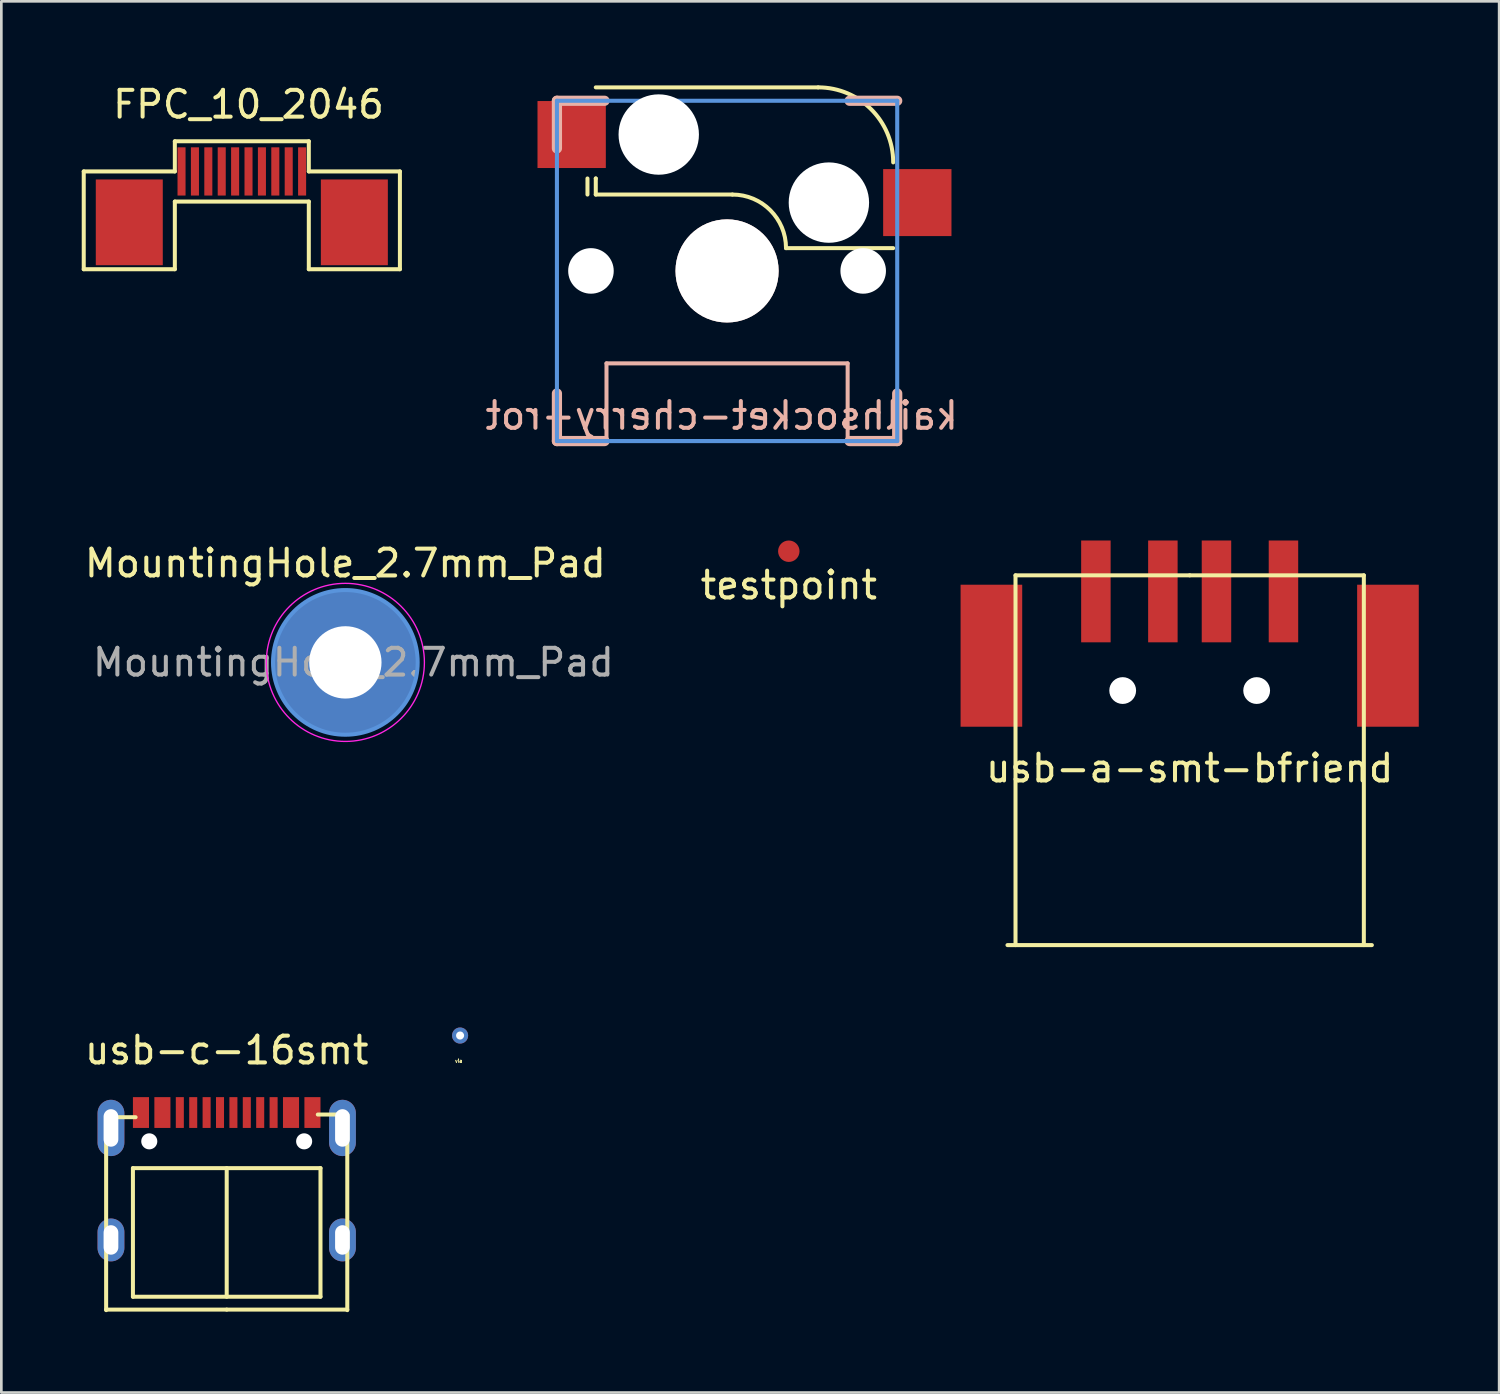
<source format=kicad_pcb>
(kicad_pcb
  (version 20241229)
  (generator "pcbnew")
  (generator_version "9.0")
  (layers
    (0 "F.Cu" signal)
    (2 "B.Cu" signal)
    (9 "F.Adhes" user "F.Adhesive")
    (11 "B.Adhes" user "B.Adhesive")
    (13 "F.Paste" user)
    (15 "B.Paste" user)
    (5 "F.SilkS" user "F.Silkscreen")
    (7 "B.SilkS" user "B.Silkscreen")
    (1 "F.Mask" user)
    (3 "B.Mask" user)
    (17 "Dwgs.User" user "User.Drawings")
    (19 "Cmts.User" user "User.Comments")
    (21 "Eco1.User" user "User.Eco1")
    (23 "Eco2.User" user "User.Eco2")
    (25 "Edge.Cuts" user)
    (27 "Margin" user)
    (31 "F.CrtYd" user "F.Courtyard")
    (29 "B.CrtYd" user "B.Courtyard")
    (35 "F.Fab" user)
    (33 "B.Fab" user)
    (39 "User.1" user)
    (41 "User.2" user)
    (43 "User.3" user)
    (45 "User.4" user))
  (footprint "MountingHole_2.7mm_Pad"
    (layer "F.Cu")
    (at 9.839 21.671)
    (property "Reference" "MountingHole_2.7mm_Pad" (at 0 -3.7 0) (layer "F.SilkS") (effects (font (size 1 1) (thickness 0.15))))
    (attr exclude_from_pos_files exclude_from_bom)
    (fp_circle (center 0 0) (end 2.7 0) (stroke (width 0.15) (type solid)) (fill no) (layer "Cmts.User"))
    (fp_circle (center 0 0) (end 2.95 0) (stroke (width 0.05) (type solid)) (fill no) (layer "F.CrtYd"))
    (fp_text user "${REFERENCE}" (at 0.3 0 0) (layer "F.Fab") (effects (font (size 1 1) (thickness 0.15))))
    (pad "1" thru_hole circle (at 0 0) (size 5.4 5.4) (drill 2.7) (layers "*.Cu" "*.Mask")))
  (footprint "usb-a-smt-bfriend"
    (layer "F.Cu")
    (at 41.35 22.722)
    (property "Reference" "usb-a-smt-bfriend" (at 0 2.9 0) (layer "F.SilkS") (effects (font (size 1 1) (thickness 0.15))))
    (attr through_hole)
    (fp_line (start -6.5 -4.3) (end 0 -4.3) (stroke (width 0.15) (type solid)) (layer "F.SilkS"))
    (fp_line (start -6.5 9.5) (end -6.5 -4.3) (stroke (width 0.15) (type solid)) (layer "F.SilkS"))
    (fp_line (start 0 -4.3) (end 6.5 -4.3) (stroke (width 0.15) (type solid)) (layer "F.SilkS"))
    (fp_line (start 6.5 -4.3) (end 6.5 9.5) (stroke (width 0.15) (type solid)) (layer "F.SilkS"))
    (fp_line (start 6.8 9.5) (end -6.8 9.5) (stroke (width 0.15) (type solid)) (layer "F.SilkS"))
    (pad "" np_thru_hole circle (at -2.5 0) (size 1 1) (drill 1) (layers "*.Cu" "*.Mask"))
    (pad "" np_thru_hole circle (at 2.5 0) (size 1 1) (drill 1) (layers "*.Cu" "*.Mask"))
    (pad "1" smd rect (at -3.5 -3.7) (size 1.1 3.8) (layers "F.Cu" "F.Mask" "F.Paste"))
    (pad "2" smd rect (at -1 -3.7) (size 1.1 3.8) (layers "F.Cu" "F.Mask" "F.Paste"))
    (pad "3" smd rect (at 1 -3.7) (size 1.1 3.8) (layers "F.Cu" "F.Mask" "F.Paste"))
    (pad "4" smd rect (at 3.5 -3.7) (size 1.1 3.8) (layers "F.Cu" "F.Mask" "F.Paste"))
    (pad "5" smd rect (at -7.4 -1.3) (size 2.3 5.3) (layers "F.Cu" "F.Mask" "F.Paste"))
    (pad "6" smd rect (at 7.4 -1.3) (size 2.3 5.3) (layers "F.Cu" "F.Mask" "F.Paste")))
  (footprint "FPC_10_2046"
    (layer "F.Cu")
    (at 5.975 3.348)
    (property "Reference" "FPC_10_2046" (at 0.25 -2.5 0) (layer "F.SilkS") (effects (font (size 1 1) (thickness 0.15))))
    (attr smd)
    (fp_line (start -5.9 0) (end -2.5 0) (stroke (width 0.15) (type solid)) (layer "F.SilkS"))
    (fp_line (start -5.9 3.65) (end -5.9 0) (stroke (width 0.15) (type solid)) (layer "F.SilkS"))
    (fp_line (start -2.5 -1.125) (end 2.5 -1.125) (stroke (width 0.15) (type solid)) (layer "F.SilkS"))
    (fp_line (start -2.5 0) (end -2.5 -1.125) (stroke (width 0.15) (type solid)) (layer "F.SilkS"))
    (fp_line (start -2.5 1.125) (end -2.5 3.65) (stroke (width 0.15) (type solid)) (layer "F.SilkS"))
    (fp_line (start -2.5 1.125) (end 2.5 1.125) (stroke (width 0.15) (type solid)) (layer "F.SilkS"))
    (fp_line (start -2.5 3.65) (end -5.9 3.65) (stroke (width 0.15) (type solid)) (layer "F.SilkS"))
    (fp_line (start 2.5 0) (end 2.5 -1.125) (stroke (width 0.15) (type solid)) (layer "F.SilkS"))
    (fp_line (start 2.5 1.125) (end 2.5 3.65) (stroke (width 0.15) (type solid)) (layer "F.SilkS"))
    (fp_line (start 2.5 3.65) (end 5.9 3.65) (stroke (width 0.15) (type solid)) (layer "F.SilkS"))
    (fp_line (start 5.9 0) (end 2.5 0) (stroke (width 0.15) (type solid)) (layer "F.SilkS"))
    (fp_line (start 5.9 3.65) (end 5.9 0) (stroke (width 0.15) (type solid)) (layer "F.SilkS"))
    (pad "0" smd rect (at -4.2 1.9) (size 2.5 3.2) (layers "F.Cu" "F.Mask" "F.Paste"))
    (pad "0" smd rect (at 4.2 1.9) (size 2.5 3.2) (layers "F.Cu" "F.Mask" "F.Paste"))
    (pad "1" smd rect (at -2.25 0) (size 0.3 1.8) (layers "F.Cu" "F.Mask" "F.Paste"))
    (pad "2" smd rect (at -1.75 0) (size 0.3 1.8) (layers "F.Cu" "F.Mask" "F.Paste"))
    (pad "3" smd rect (at -1.25 0) (size 0.3 1.8) (layers "F.Cu" "F.Mask" "F.Paste"))
    (pad "4" smd rect (at -0.75 0) (size 0.3 1.8) (layers "F.Cu" "F.Mask" "F.Paste"))
    (pad "5" smd rect (at -0.25 0) (size 0.3 1.8) (layers "F.Cu" "F.Mask" "F.Paste"))
    (pad "6" smd rect (at 0.25 0) (size 0.3 1.8) (layers "F.Cu" "F.Mask" "F.Paste"))
    (pad "7" smd rect (at 0.75 0) (size 0.3 1.8) (layers "F.Cu" "F.Mask" "F.Paste"))
    (pad "8" smd rect (at 1.25 0) (size 0.3 1.8) (layers "F.Cu" "F.Mask" "F.Paste"))
    (pad "9" smd rect (at 1.75 0) (size 0.3 1.8) (layers "F.Cu" "F.Mask" "F.Paste"))
    (pad "10" smd rect (at 2.25 0) (size 0.3 1.8) (layers "F.Cu" "F.Mask" "F.Paste")))
  (footprint "kailhsocket-cherry-rot"
    (layer "F.Cu")
    (at 24.085 7.061)
    (property "Reference" "kailhsocket-cherry-rot" (at -0.2 5.4 180) (layer "B.SilkS") (effects (font (size 1 1) (thickness 0.15)) (justify mirror)))
    (attr smd)
    (fp_line (start -5.21 -2.85) (end -5.21 -3.45) (stroke (width 0.15) (type solid)) (layer "F.SilkS"))
    (fp_line (start -4.9 -6.85) (end 3.4 -6.85) (stroke (width 0.15) (type solid)) (layer "F.SilkS"))
    (fp_line (start -4.9 -3.45) (end -4.9 -3.45) (stroke (width 0.15) (type solid)) (layer "F.SilkS"))
    (fp_line (start -4.9 -2.85) (end -4.9 -3.45) (stroke (width 0.15) (type solid)) (layer "F.SilkS"))
    (fp_line (start -4.9 -2.85) (end 0.2 -2.85) (stroke (width 0.15) (type solid)) (layer "F.SilkS"))
    (fp_line (start 6.2 -0.85) (end 2.2 -0.85) (stroke (width 0.15) (type solid)) (layer "F.SilkS"))
    (fp_arc (start 0.2 -2.85) (mid 1.614214 -2.264214) (end 2.2 -0.85) (stroke (width 0.15) (type solid)) (layer "F.SilkS"))
    (fp_arc (start 3.4 -6.85) (mid 5.379899 -6.029899) (end 6.2 -4.05) (stroke (width 0.15) (type solid)) (layer "F.SilkS"))
    (fp_line (start -6.35 -6.35) (end -6.35 -4.572) (stroke (width 0.381) (type solid)) (layer "B.SilkS"))
    (fp_line (start -6.35 4.572) (end -6.35 6.35) (stroke (width 0.381) (type solid)) (layer "B.SilkS"))
    (fp_line (start -6.35 6.35) (end -4.572 6.35) (stroke (width 0.381) (type solid)) (layer "B.SilkS"))
    (fp_line (start -4.572 -6.35) (end -6.35 -6.35) (stroke (width 0.381) (type solid)) (layer "B.SilkS"))
    (fp_line (start -4.5 3.45) (end -4.5 6.4) (stroke (width 0.15) (type solid)) (layer "B.SilkS"))
    (fp_line (start -4.5 6.4) (end -4.5 6.4) (stroke (width 0.15) (type solid)) (layer "B.SilkS"))
    (fp_line (start 4.5 3.45) (end -4.5 3.45) (stroke (width 0.15) (type solid)) (layer "B.SilkS"))
    (fp_line (start 4.5 3.45) (end 4.5 6.35) (stroke (width 0.15) (type solid)) (layer "B.SilkS"))
    (fp_line (start 4.5 6.35) (end 4.5 6.35) (stroke (width 0.15) (type solid)) (layer "B.SilkS"))
    (fp_line (start 4.572 6.35) (end 6.35 6.35) (stroke (width 0.381) (type solid)) (layer "B.SilkS"))
    (fp_line (start 6.35 -6.35) (end 4.572 -6.35) (stroke (width 0.381) (type solid)) (layer "B.SilkS"))
    (fp_line (start 6.35 6.35) (end 6.35 4.572) (stroke (width 0.381) (type solid)) (layer "B.SilkS"))
    (fp_line (start -6.35 -6.35) (end -6.35 6.35) (stroke (width 0.152) (type solid)) (layer "Cmts.User"))
    (fp_line (start -6.35 6.35) (end 6.35 6.35) (stroke (width 0.152) (type solid)) (layer "Cmts.User"))
    (fp_line (start 6.35 -6.35) (end -6.35 -6.35) (stroke (width 0.152) (type solid)) (layer "Cmts.User"))
    (fp_line (start 6.35 6.35) (end 6.35 -6.35) (stroke (width 0.152) (type solid)) (layer "Cmts.User"))
    (fp_line (start -6.985 -6.985) (end -6.985 6.985) (stroke (width 0.152) (type solid)) (layer "Eco2.User"))
    (fp_line (start -6.985 6.985) (end 6.985 6.985) (stroke (width 0.152) (type solid)) (layer "Eco2.User"))
    (fp_line (start 6.985 -6.985) (end -6.985 -6.985) (stroke (width 0.152) (type solid)) (layer "Eco2.User"))
    (fp_line (start 6.985 6.985) (end 6.985 -6.985) (stroke (width 0.152) (type solid)) (layer "Eco2.User"))
    (pad "" np_thru_hole circle (at -5.08 0 180) (size 1.7 1.7) (drill 1.7) (layers "*.Cu" "*.Mask"))
    (pad "" np_thru_hole circle (at -2.55 -5.09 180) (size 3 3) (drill 3) (layers "*.Cu" "*.Mask"))
    (pad "" np_thru_hole circle (at 0 0 180) (size 3.85 3.85) (drill 3.85) (layers "*.Cu" "*.Mask" "B.SilkS"))
    (pad "" np_thru_hole circle (at 3.8 -2.55 180) (size 3 3) (drill 3) (layers "*.Cu" "*.Mask"))
    (pad "" np_thru_hole circle (at 5.08 0 180) (size 1.7 1.7) (drill 1.7) (layers "*.Cu" "*.Mask"))
    (pad "1" smd rect (at 7.1 -2.55 180) (size 2.55 2.5) (layers "F.Cu" "F.Mask" "F.Paste"))
    (pad "2" smd rect (at -5.8 -5.09 180) (size 2.55 2.5) (layers "F.Cu" "F.Mask" "F.Paste")))
  (footprint "testpoint"
    (layer "F.Cu")
    (at 26.389 17.522)
    (property "Reference" "testpoint" (at 0 1.27 0) (layer "F.SilkS") (effects (font (size 1 1) (thickness 0.15))))
    (attr through_hole)
    (pad "1" smd circle (at 0 0) (size 0.8 0.8) (layers "F.Cu" "F.Mask" "F.Paste")))
  (footprint "via"
    (layer "F.Cu")
    (at 14.121 35.597)
    (property "Reference" "via" (at -0.05 0.95 0) (layer "F.SilkS") (effects (font (size 0.127 0.127) (thickness 0.032))))
    (attr through_hole)
    (pad "1" thru_hole circle (at 0 0) (size 0.6 0.6) (drill 0.3) (layers "*.Cu")))
  (footprint "usb-c-16smt"
    (layer "F.Cu")
    (at 5.411 39.046)
    (property "Reference" "usb-c-16smt" (at 0 -2.9 0) (layer "F.SilkS") (effects (font (size 1 1) (thickness 0.15))))
    (attr through_hole)
    (fp_line (start -4.5 -0.4) (end -4.5 6.8) (stroke (width 0.15) (type solid)) (layer "F.SilkS"))
    (fp_line (start -4.5 6.78) (end 0 6.78) (stroke (width 0.15) (type solid)) (layer "F.SilkS"))
    (fp_line (start -3.5 1.5) (end 3.5 1.5) (stroke (width 0.15) (type solid)) (layer "F.SilkS"))
    (fp_line (start -3.5 6.3) (end -3.5 1.5) (stroke (width 0.15) (type solid)) (layer "F.SilkS"))
    (fp_line (start -3.4 -0.4) (end -4.5 -0.4) (stroke (width 0.15) (type solid)) (layer "F.SilkS"))
    (fp_line (start 0 6.3) (end 0 1.5) (stroke (width 0.15) (type solid)) (layer "F.SilkS"))
    (fp_line (start 0 6.78) (end 4.5 6.78) (stroke (width 0.15) (type solid)) (layer "F.SilkS"))
    (fp_line (start 3.5 1.5) (end 3.5 6.3) (stroke (width 0.15) (type solid)) (layer "F.SilkS"))
    (fp_line (start 3.5 6.3) (end -3.5 6.3) (stroke (width 0.15) (type solid)) (layer "F.SilkS"))
    (fp_line (start 4.5 -0.5) (end 3.4 -0.5) (stroke (width 0.15) (type solid)) (layer "F.SilkS"))
    (fp_line (start 4.5 6.8) (end 4.5 -0.5) (stroke (width 0.15) (type solid)) (layer "F.SilkS"))
    (pad "" np_thru_hole circle (at -2.89 0.5) (size 0.6 0.6) (drill 0.6) (layers "*.Cu" "*.Mask"))
    (pad "" np_thru_hole circle (at 2.89 0.5) (size 0.6 0.6) (drill 0.6) (layers "*.Cu" "*.Mask"))
    (pad "A1/B12" smd rect (at -3.2 -0.575) (size 0.6 1.15) (layers "F.Cu" "F.Mask" "F.Paste"))
    (pad "A4/B9" smd rect (at -2.4 -0.575) (size 0.6 1.15) (layers "F.Cu" "F.Mask" "F.Paste"))
    (pad "A5" smd rect (at -1.25 -0.575) (size 0.3 1.15) (layers "F.Cu" "F.Mask" "F.Paste"))
    (pad "A6" smd rect (at -0.25 -0.575) (size 0.3 1.15) (layers "F.Cu" "F.Mask" "F.Paste"))
    (pad "A7" smd rect (at 0.25 -0.575) (size 0.3 1.15) (layers "F.Cu" "F.Mask" "F.Paste"))
    (pad "A8" smd rect (at 1.25 -0.575) (size 0.3 1.15) (layers "F.Cu" "F.Mask" "F.Paste"))
    (pad "B1/A12" smd rect (at 3.2 -0.575) (size 0.6 1.15) (layers "F.Cu" "F.Mask" "F.Paste"))
    (pad "B4/A9" smd rect (at 2.4 -0.575) (size 0.6 1.15) (layers "F.Cu" "F.Mask" "F.Paste"))
    (pad "B5" smd rect (at 1.75 -0.575) (size 0.3 1.15) (layers "F.Cu" "F.Mask" "F.Paste"))
    (pad "B6" smd rect (at 0.75 -0.575) (size 0.3 1.15) (layers "F.Cu" "F.Mask" "F.Paste"))
    (pad "B7" smd rect (at -0.75 -0.575) (size 0.3 1.15) (layers "F.Cu" "F.Mask" "F.Paste"))
    (pad "B8" smd rect (at -1.75 -0.575) (size 0.3 1.15) (layers "F.Cu" "F.Mask" "F.Paste"))
    (pad "S1" thru_hole oval (at -4.32 4.18) (size 1 1.6) (drill oval 0.55 1.1) (layers "*.Cu" "*.Mask"))
    (pad "S2" thru_hole oval (at -4.32 0) (size 1 2.1) (drill oval 0.55 1.4) (layers "*.Cu" "*.Mask"))
    (pad "S3" thru_hole oval (at 4.32 0) (size 1 2.1) (drill oval 0.55 1.4) (layers "*.Cu" "*.Mask"))
    (pad "S4" thru_hole oval (at 4.32 4.18) (size 1 1.6) (drill oval 0.55 1.1) (layers "*.Cu" "*.Mask")))
  (gr_rect
    (start -3 -3)
    (end 52.9 48.921)
    (stroke (width 0.1) (type default))
    (fill no)
    (layer "Edge.Cuts")))
</source>
